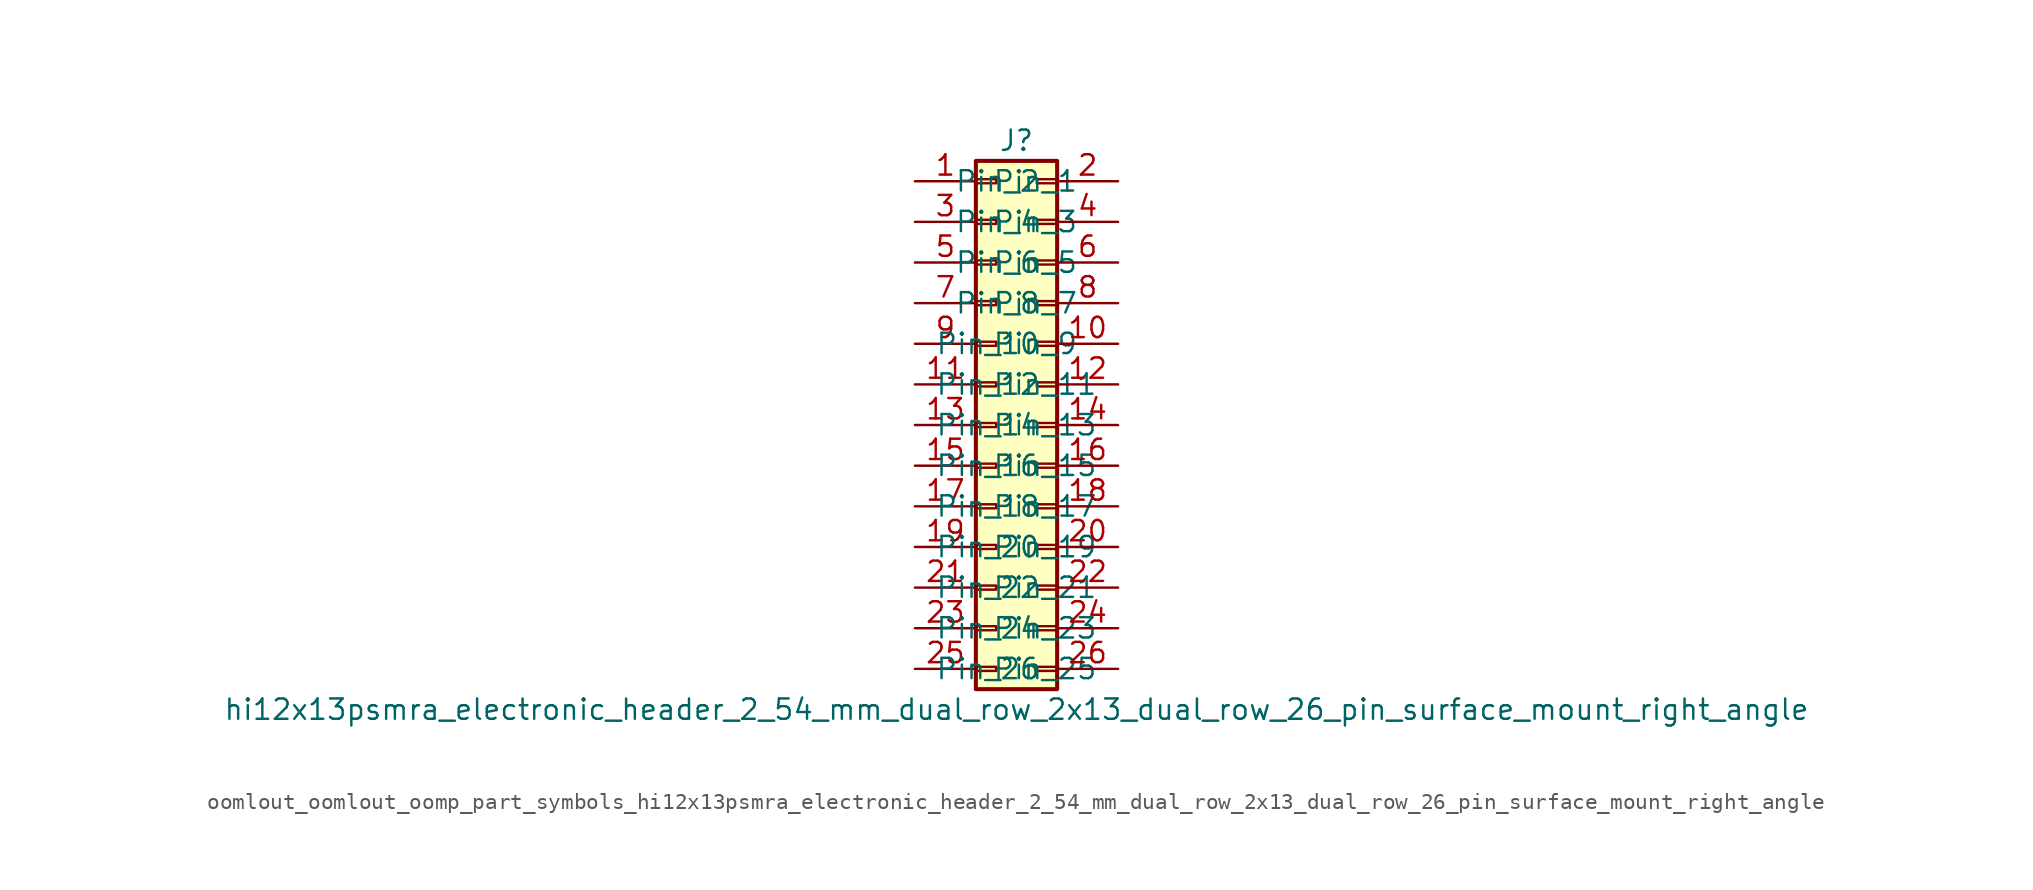
<source format=kicad_sym>
(kicad_symbol_lib
  (version 20220914)
  (generator kicad_symbol_editor)
  (symbol "oomlout_oomlout_oomp_part_symbols_hi12x13psmra_electronic_header_2_54_mm_dual_row_2x13_dual_row_26_pin_surface_mount_right_angle"
    (pin_names
      (offset 1.016))
    (property "Reference" "J"
      (at 1.27 17.78 0)
      (effects (font (size 1.27 1.27))))
    (property "Value" "hi12x13psmra_electronic_header_2_54_mm_dual_row_2x13_dual_row_26_pin_surface_mount_right_angle"
      (at 1.27 -17.78 0)
      (effects (font (size 1.27 1.27))))
    (symbol "oomlout_oomlout_oomp_part_symbols_hi12x13psmra_electronic_header_2_54_mm_dual_row_2x13_dual_row_26_pin_surface_mount_right_angle_1_1"
      (rectangle (start -1.27 -15.113) (end 0 -15.367) (stroke (width 0.152) (type default)) (fill (type none)))
      (rectangle (start -1.27 -12.573) (end 0 -12.827) (stroke (width 0.152) (type default)) (fill (type none)))
      (rectangle (start -1.27 -10.033) (end 0 -10.287) (stroke (width 0.152) (type default)) (fill (type none)))
      (rectangle (start -1.27 -7.493) (end 0 -7.747) (stroke (width 0.152) (type default)) (fill (type none)))
      (rectangle (start -1.27 -4.953) (end 0 -5.207) (stroke (width 0.152) (type default)) (fill (type none)))
      (rectangle (start -1.27 -2.413) (end 0 -2.667) (stroke (width 0.152) (type default)) (fill (type none)))
      (rectangle (start -1.27 0.127) (end 0 -0.127) (stroke (width 0.152) (type default)) (fill (type none)))
      (rectangle (start -1.27 2.667) (end 0 2.413) (stroke (width 0.152) (type default)) (fill (type none)))
      (rectangle (start -1.27 5.207) (end 0 4.953) (stroke (width 0.152) (type default)) (fill (type none)))
      (rectangle (start -1.27 7.747) (end 0 7.493) (stroke (width 0.152) (type default)) (fill (type none)))
      (rectangle (start -1.27 10.287) (end 0 10.033) (stroke (width 0.152) (type default)) (fill (type none)))
      (rectangle (start -1.27 12.827) (end 0 12.573) (stroke (width 0.152) (type default)) (fill (type none)))
      (rectangle (start -1.27 15.367) (end 0 15.113) (stroke (width 0.152) (type default)) (fill (type none)))
      (rectangle (start -1.27 16.51) (end 3.81 -16.51) (stroke (width 0.254) (type default)) (fill (type background)))
      (rectangle (start 3.81 -15.113) (end 2.54 -15.367) (stroke (width 0.152) (type default)) (fill (type none)))
      (rectangle (start 3.81 -12.573) (end 2.54 -12.827) (stroke (width 0.152) (type default)) (fill (type none)))
      (rectangle (start 3.81 -10.033) (end 2.54 -10.287) (stroke (width 0.152) (type default)) (fill (type none)))
      (rectangle (start 3.81 -7.493) (end 2.54 -7.747) (stroke (width 0.152) (type default)) (fill (type none)))
      (rectangle (start 3.81 -4.953) (end 2.54 -5.207) (stroke (width 0.152) (type default)) (fill (type none)))
      (rectangle (start 3.81 -2.413) (end 2.54 -2.667) (stroke (width 0.152) (type default)) (fill (type none)))
      (rectangle (start 3.81 0.127) (end 2.54 -0.127) (stroke (width 0.152) (type default)) (fill (type none)))
      (rectangle (start 3.81 2.667) (end 2.54 2.413) (stroke (width 0.152) (type default)) (fill (type none)))
      (rectangle (start 3.81 5.207) (end 2.54 4.953) (stroke (width 0.152) (type default)) (fill (type none)))
      (rectangle (start 3.81 7.747) (end 2.54 7.493) (stroke (width 0.152) (type default)) (fill (type none)))
      (rectangle (start 3.81 10.287) (end 2.54 10.033) (stroke (width 0.152) (type default)) (fill (type none)))
      (rectangle (start 3.81 12.827) (end 2.54 12.573) (stroke (width 0.152) (type default)) (fill (type none)))
      (rectangle (start 3.81 15.367) (end 2.54 15.113) (stroke (width 0.152) (type default)) (fill (type none)))
      (pin passive line (at -5.08 15.24 0) (length 3.81) (name "Pin_1" (effects (font (size 1.27 1.27)))) (number "1" (effects (font (size 1.27 1.27)))))
      (pin passive line (at 7.62 5.08 180) (length 3.81) (name "Pin_10" (effects (font (size 1.27 1.27)))) (number "10" (effects (font (size 1.27 1.27)))))
      (pin passive line (at -5.08 2.54 0) (length 3.81) (name "Pin_11" (effects (font (size 1.27 1.27)))) (number "11" (effects (font (size 1.27 1.27)))))
      (pin passive line (at 7.62 2.54 180) (length 3.81) (name "Pin_12" (effects (font (size 1.27 1.27)))) (number "12" (effects (font (size 1.27 1.27)))))
      (pin passive line (at -5.08 0 0) (length 3.81) (name "Pin_13" (effects (font (size 1.27 1.27)))) (number "13" (effects (font (size 1.27 1.27)))))
      (pin passive line (at 7.62 0 180) (length 3.81) (name "Pin_14" (effects (font (size 1.27 1.27)))) (number "14" (effects (font (size 1.27 1.27)))))
      (pin passive line (at -5.08 -2.54 0) (length 3.81) (name "Pin_15" (effects (font (size 1.27 1.27)))) (number "15" (effects (font (size 1.27 1.27)))))
      (pin passive line (at 7.62 -2.54 180) (length 3.81) (name "Pin_16" (effects (font (size 1.27 1.27)))) (number "16" (effects (font (size 1.27 1.27)))))
      (pin passive line (at -5.08 -5.08 0) (length 3.81) (name "Pin_17" (effects (font (size 1.27 1.27)))) (number "17" (effects (font (size 1.27 1.27)))))
      (pin passive line (at 7.62 -5.08 180) (length 3.81) (name "Pin_18" (effects (font (size 1.27 1.27)))) (number "18" (effects (font (size 1.27 1.27)))))
      (pin passive line (at -5.08 -7.62 0) (length 3.81) (name "Pin_19" (effects (font (size 1.27 1.27)))) (number "19" (effects (font (size 1.27 1.27)))))
      (pin passive line (at 7.62 15.24 180) (length 3.81) (name "Pin_2" (effects (font (size 1.27 1.27)))) (number "2" (effects (font (size 1.27 1.27)))))
      (pin passive line (at 7.62 -7.62 180) (length 3.81) (name "Pin_20" (effects (font (size 1.27 1.27)))) (number "20" (effects (font (size 1.27 1.27)))))
      (pin passive line (at -5.08 -10.16 0) (length 3.81) (name "Pin_21" (effects (font (size 1.27 1.27)))) (number "21" (effects (font (size 1.27 1.27)))))
      (pin passive line (at 7.62 -10.16 180) (length 3.81) (name "Pin_22" (effects (font (size 1.27 1.27)))) (number "22" (effects (font (size 1.27 1.27)))))
      (pin passive line (at -5.08 -12.7 0) (length 3.81) (name "Pin_23" (effects (font (size 1.27 1.27)))) (number "23" (effects (font (size 1.27 1.27)))))
      (pin passive line (at 7.62 -12.7 180) (length 3.81) (name "Pin_24" (effects (font (size 1.27 1.27)))) (number "24" (effects (font (size 1.27 1.27)))))
      (pin passive line (at -5.08 -15.24 0) (length 3.81) (name "Pin_25" (effects (font (size 1.27 1.27)))) (number "25" (effects (font (size 1.27 1.27)))))
      (pin passive line (at 7.62 -15.24 180) (length 3.81) (name "Pin_26" (effects (font (size 1.27 1.27)))) (number "26" (effects (font (size 1.27 1.27)))))
      (pin passive line (at -5.08 12.7 0) (length 3.81) (name "Pin_3" (effects (font (size 1.27 1.27)))) (number "3" (effects (font (size 1.27 1.27)))))
      (pin passive line (at 7.62 12.7 180) (length 3.81) (name "Pin_4" (effects (font (size 1.27 1.27)))) (number "4" (effects (font (size 1.27 1.27)))))
      (pin passive line (at -5.08 10.16 0) (length 3.81) (name "Pin_5" (effects (font (size 1.27 1.27)))) (number "5" (effects (font (size 1.27 1.27)))))
      (pin passive line (at 7.62 10.16 180) (length 3.81) (name "Pin_6" (effects (font (size 1.27 1.27)))) (number "6" (effects (font (size 1.27 1.27)))))
      (pin passive line (at -5.08 7.62 0) (length 3.81) (name "Pin_7" (effects (font (size 1.27 1.27)))) (number "7" (effects (font (size 1.27 1.27)))))
      (pin passive line (at 7.62 7.62 180) (length 3.81) (name "Pin_8" (effects (font (size 1.27 1.27)))) (number "8" (effects (font (size 1.27 1.27)))))
      (pin passive line (at -5.08 5.08 0) (length 3.81) (name "Pin_9" (effects (font (size 1.27 1.27)))) (number "9" (effects (font (size 1.27 1.27))))))))
</source>
